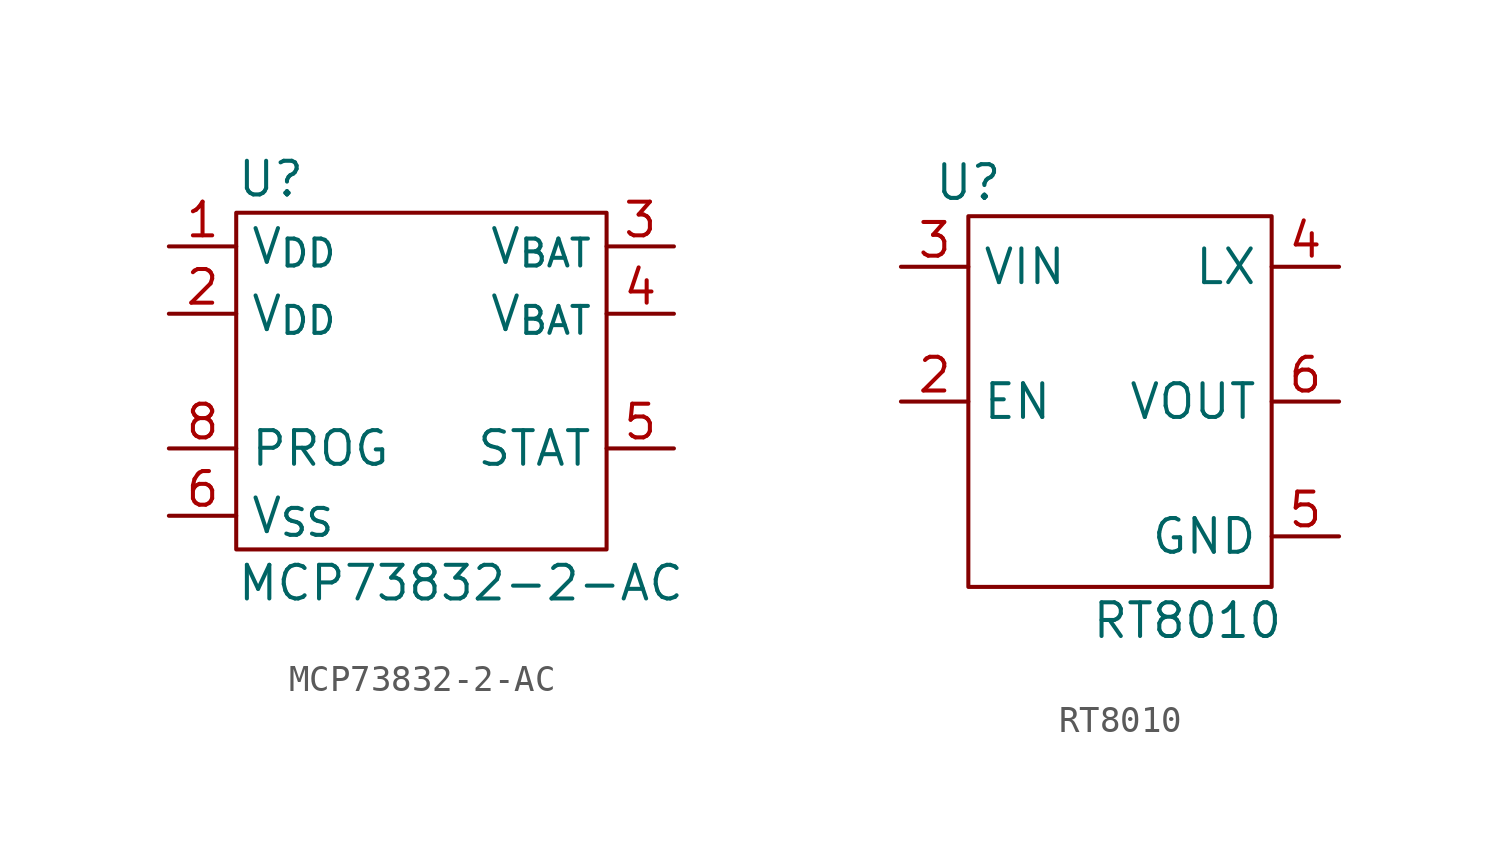
<source format=kicad_sym>
(kicad_symbol_lib
  (version 20220914)
  (generator kicad_symbol_editor)
  (symbol "MCP73832-2-AC"
    (property "Reference" "U"
      (at 2.54 2.54 0)
      (effects (font (size 1.27 1.27)) (justify left)))
    (property "Value" "MCP73832-2-AC"
      (at 2.54 -12.7 0)
      (effects (font (size 1.27 1.27)) (justify left)))
    (symbol "MCP73832-2-AC_1_1"
      (rectangle (start 2.54 1.27) (end 16.51 -11.43) (stroke (width 0) (type default)) (fill (type none)))
      (pin power_in line (at 0 0 0) (length 2.54) (name "V_{DD}" (effects (font (size 1.27 1.27)))) (number "1" (effects (font (size 1.27 1.27)))))
      (pin power_in line (at 0 -2.54 0) (length 2.54) (name "V_{DD}" (effects (font (size 1.27 1.27)))) (number "2" (effects (font (size 1.27 1.27)))))
      (pin power_out line (at 19.05 0 180) (length 2.54) (name "V_{BAT}" (effects (font (size 1.27 1.27)))) (number "3" (effects (font (size 1.27 1.27)))))
      (pin power_out line (at 19.05 -2.54 180) (length 2.54) (name "V_{BAT}" (effects (font (size 1.27 1.27)))) (number "4" (effects (font (size 1.27 1.27)))))
      (pin open_collector line (at 19.05 -7.62 180) (length 2.54) (name "STAT" (effects (font (size 1.27 1.27)))) (number "5" (effects (font (size 1.27 1.27)))))
      (pin power_in line (at 0 -10.16 0) (length 2.54) (name "V_{SS}" (effects (font (size 1.27 1.27)))) (number "6" (effects (font (size 1.27 1.27)))))
      (pin no_connect line (at 19.05 -10.16 180) (length 2.54) hide (name "NC" (effects (font (size 1.27 1.27)))) (number "7" (effects (font (size 1.27 1.27)))))
      (pin passive line (at 0 -7.62 0) (length 2.54) (name "PROG" (effects (font (size 1.27 1.27)))) (number "8" (effects (font (size 1.27 1.27)))))))
  (symbol "RT8010"
    (property "Reference" "U"
      (at 2.54 3.175 0)
      (effects (font (size 1.27 1.27))))
    (property "Value" "RT8010"
      (at 10.795 -13.335 0)
      (effects (font (size 1.27 1.27))))
    (symbol "RT8010_0_1"
      (rectangle (start 2.54 1.905) (end 13.97 -12.065) (stroke (width 0) (type default)) (fill (type none))))
    (symbol "RT8010_1_1"
      (pin no_connect line (at 0 -10.16 0) (length 2.54) hide (name "IC" (effects (font (size 1.27 1.27)))) (number "1" (effects (font (size 1.27 1.27)))))
      (pin input line (at 0 -5.08 0) (length 2.54) (name "EN" (effects (font (size 1.27 1.27)))) (number "2" (effects (font (size 1.27 1.27)))))
      (pin power_in line (at 0 0 0) (length 2.54) (name "VIN" (effects (font (size 1.27 1.27)))) (number "3" (effects (font (size 1.27 1.27)))))
      (pin power_out line (at 16.51 0 180) (length 2.54) (name "LX" (effects (font (size 1.27 1.27)))) (number "4" (effects (font (size 1.27 1.27)))))
      (pin power_in line (at 16.51 -10.16 180) (length 2.54) (name "GND" (effects (font (size 1.27 1.27)))) (number "5" (effects (font (size 1.27 1.27)))))
      (pin input line (at 16.51 -5.08 180) (length 2.54) (name "VOUT" (effects (font (size 1.27 1.27)))) (number "6" (effects (font (size 1.27 1.27))))))))
</source>
